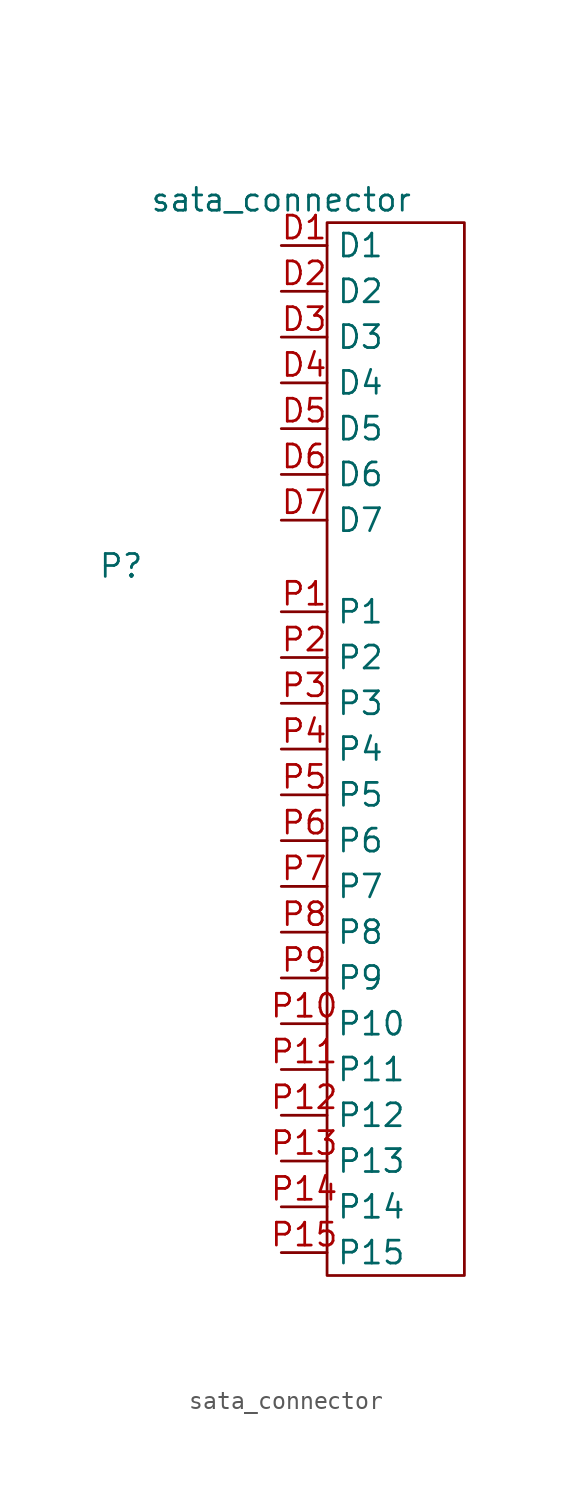
<source format=kicad_sym>
(kicad_symbol_lib
  (version 20220914)
  (generator kicad_symbol_editor)
  (symbol "sata_connector"
    (property "Reference" "P"
      (at -8.89 -20.32 0)
      (effects (font (size 1.27 1.27))))
    (property "Value" "sata_connector"
      (at 0 0 0)
      (effects (font (size 1.27 1.27))))
    (symbol "sata_connector_0_1"
      (rectangle (start 2.54 -1.27) (end 10.16 -59.69) (stroke (width 0) (type default)) (fill (type none))))
    (symbol "sata_connector_1_1"
      (pin bidirectional line (at 0 -2.54 0) (length 2.54) (name "D1" (effects (font (size 1.27 1.27)))) (number "D1" (effects (font (size 1.27 1.27)))))
      (pin bidirectional line (at 0 -5.08 0) (length 2.54) (name "D2" (effects (font (size 1.27 1.27)))) (number "D2" (effects (font (size 1.27 1.27)))))
      (pin bidirectional line (at 0 -7.62 0) (length 2.54) (name "D3" (effects (font (size 1.27 1.27)))) (number "D3" (effects (font (size 1.27 1.27)))))
      (pin bidirectional line (at 0 -10.16 0) (length 2.54) (name "D4" (effects (font (size 1.27 1.27)))) (number "D4" (effects (font (size 1.27 1.27)))))
      (pin bidirectional line (at 0 -12.7 0) (length 2.54) (name "D5" (effects (font (size 1.27 1.27)))) (number "D5" (effects (font (size 1.27 1.27)))))
      (pin bidirectional line (at 0 -15.24 0) (length 2.54) (name "D6" (effects (font (size 1.27 1.27)))) (number "D6" (effects (font (size 1.27 1.27)))))
      (pin bidirectional line (at 0 -17.78 0) (length 2.54) (name "D7" (effects (font (size 1.27 1.27)))) (number "D7" (effects (font (size 1.27 1.27)))))
      (pin bidirectional line (at 0 -22.86 0) (length 2.54) (name "P1" (effects (font (size 1.27 1.27)))) (number "P1" (effects (font (size 1.27 1.27)))))
      (pin bidirectional line (at 0 -45.72 0) (length 2.54) (name "P10" (effects (font (size 1.27 1.27)))) (number "P10" (effects (font (size 1.27 1.27)))))
      (pin bidirectional line (at 0 -48.26 0) (length 2.54) (name "P11" (effects (font (size 1.27 1.27)))) (number "P11" (effects (font (size 1.27 1.27)))))
      (pin bidirectional line (at 0 -50.8 0) (length 2.54) (name "P12" (effects (font (size 1.27 1.27)))) (number "P12" (effects (font (size 1.27 1.27)))))
      (pin bidirectional line (at 0 -53.34 0) (length 2.54) (name "P13" (effects (font (size 1.27 1.27)))) (number "P13" (effects (font (size 1.27 1.27)))))
      (pin bidirectional line (at 0 -55.88 0) (length 2.54) (name "P14" (effects (font (size 1.27 1.27)))) (number "P14" (effects (font (size 1.27 1.27)))))
      (pin bidirectional line (at 0 -58.42 0) (length 2.54) (name "P15" (effects (font (size 1.27 1.27)))) (number "P15" (effects (font (size 1.27 1.27)))))
      (pin bidirectional line (at 0 -25.4 0) (length 2.54) (name "P2" (effects (font (size 1.27 1.27)))) (number "P2" (effects (font (size 1.27 1.27)))))
      (pin bidirectional line (at 0 -27.94 0) (length 2.54) (name "P3" (effects (font (size 1.27 1.27)))) (number "P3" (effects (font (size 1.27 1.27)))))
      (pin bidirectional line (at 0 -30.48 0) (length 2.54) (name "P4" (effects (font (size 1.27 1.27)))) (number "P4" (effects (font (size 1.27 1.27)))))
      (pin bidirectional line (at 0 -33.02 0) (length 2.54) (name "P5" (effects (font (size 1.27 1.27)))) (number "P5" (effects (font (size 1.27 1.27)))))
      (pin bidirectional line (at 0 -35.56 0) (length 2.54) (name "P6" (effects (font (size 1.27 1.27)))) (number "P6" (effects (font (size 1.27 1.27)))))
      (pin bidirectional line (at 0 -38.1 0) (length 2.54) (name "P7" (effects (font (size 1.27 1.27)))) (number "P7" (effects (font (size 1.27 1.27)))))
      (pin bidirectional line (at 0 -40.64 0) (length 2.54) (name "P8" (effects (font (size 1.27 1.27)))) (number "P8" (effects (font (size 1.27 1.27)))))
      (pin bidirectional line (at 0 -43.18 0) (length 2.54) (name "P9" (effects (font (size 1.27 1.27)))) (number "P9" (effects (font (size 1.27 1.27))))))))
</source>
